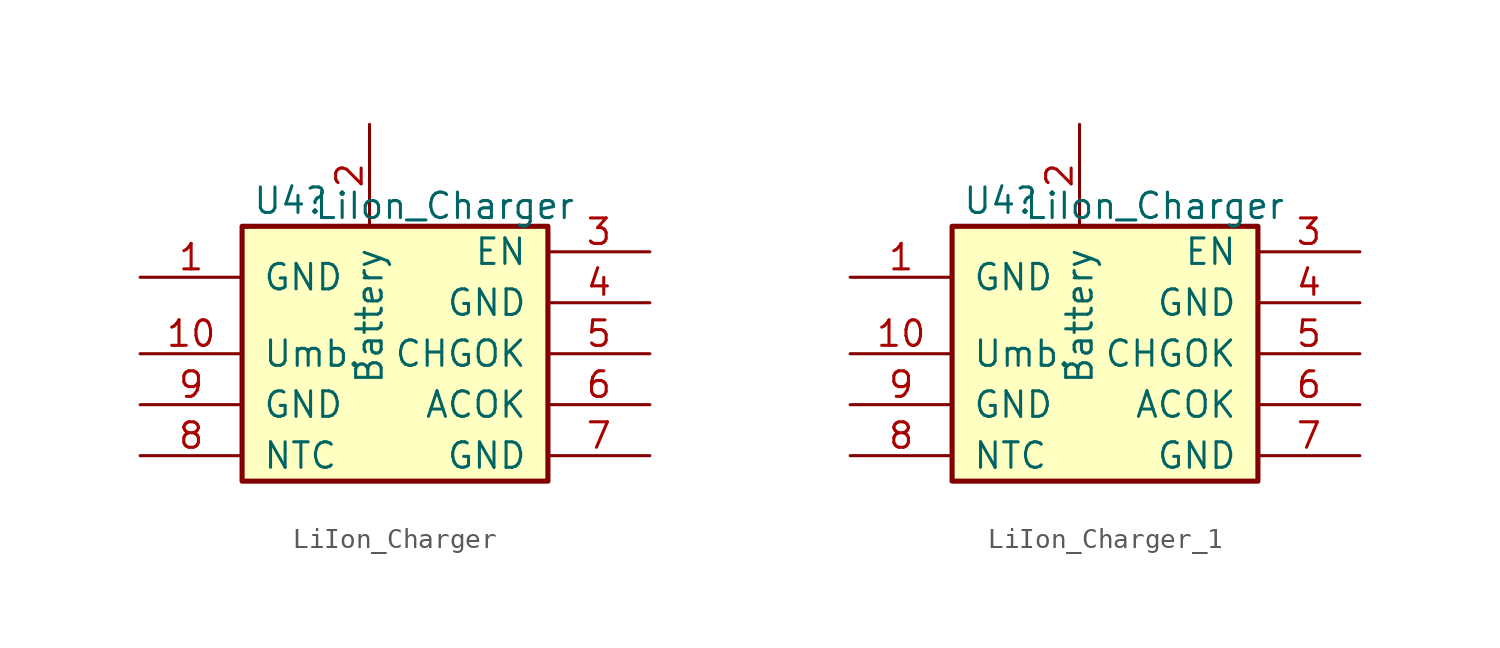
<source format=kicad_sym>
(kicad_symbol_lib
  (version 20211014)
  (generator kicad_symbol_editor)
  (symbol "LiIon_Charger"
    (pin_names
      (offset 1.016))
    (property "Reference" "U4"
      (at -7.112 6.35 0)
      (effects (font (size 1.27 1.27)) (justify left)))
    (property "Value" "LiIon_Charger"
      (at -4.064 6.096 0)
      (effects (font (size 1.27 1.27)) (justify left)))
    (property "ki_locked" ""
      (at 0 0 0)
      (effects (font (size 1.27 1.27))))
    (symbol "LiIon_Charger_1_0"
      (pin passive line (at -12.7 2.54 0) (length 5.08) (name "GND" (effects (font (size 1.27 1.27)))) (number "1" (effects (font (size 1.27 1.27)))))
      (pin input line (at -12.7 -1.27 0) (length 5.08) (name "Umb." (effects (font (size 1.27 1.27)))) (number "10" (effects (font (size 1.27 1.27)))))
      (pin passive line (at -1.27 10.16 270) (length 5.08) (name "Battery" (effects (font (size 1.27 1.27)))) (number "2" (effects (font (size 1.27 1.27)))))
      (pin passive line (at 12.7 3.81 180) (length 5.08) (name "EN" (effects (font (size 1.27 1.27)))) (number "3" (effects (font (size 1.27 1.27)))))
      (pin passive line (at 12.7 1.27 180) (length 5.08) (name "GND" (effects (font (size 1.27 1.27)))) (number "4" (effects (font (size 1.27 1.27)))))
      (pin passive line (at 12.7 -1.27 180) (length 5.08) (name "CHGOK" (effects (font (size 1.27 1.27)))) (number "5" (effects (font (size 1.27 1.27)))))
      (pin passive line (at 12.7 -3.81 180) (length 5.08) (name "ACOK" (effects (font (size 1.27 1.27)))) (number "6" (effects (font (size 1.27 1.27)))))
      (pin passive line (at 12.7 -6.35 180) (length 5.08) (name "GND" (effects (font (size 1.27 1.27)))) (number "7" (effects (font (size 1.27 1.27)))))
      (pin passive line (at -12.7 -6.35 0) (length 5.08) (name "NTC" (effects (font (size 1.27 1.27)))) (number "8" (effects (font (size 1.27 1.27)))))
      (pin passive line (at -12.7 -3.81 0) (length 5.08) (name "GND" (effects (font (size 1.27 1.27)))) (number "9" (effects (font (size 1.27 1.27))))))
    (symbol "LiIon_Charger_1_1"
      (rectangle (start -7.62 5.08) (end 7.62 -7.62) (stroke (width 0.254) (type default) (color 0 0 0 0)) (fill (type background)))))
  (symbol "LiIon_Charger_1"
    (pin_names
      (offset 1.016))
    (property "Reference" "U4"
      (at -7.112 6.35 0)
      (effects (font (size 1.27 1.27)) (justify left)))
    (property "Value" "LiIon_Charger"
      (at -4.064 6.096 0)
      (effects (font (size 1.27 1.27)) (justify left)))
    (property "ki_locked" ""
      (at 0 0 0)
      (effects (font (size 1.27 1.27))))
    (symbol "LiIon_Charger_1_1_0"
      (pin passive line (at -12.7 2.54 0) (length 5.08) (name "GND" (effects (font (size 1.27 1.27)))) (number "1" (effects (font (size 1.27 1.27)))))
      (pin input line (at -12.7 -1.27 0) (length 5.08) (name "Umb." (effects (font (size 1.27 1.27)))) (number "10" (effects (font (size 1.27 1.27)))))
      (pin passive line (at -1.27 10.16 270) (length 5.08) (name "Battery" (effects (font (size 1.27 1.27)))) (number "2" (effects (font (size 1.27 1.27)))))
      (pin passive line (at 12.7 3.81 180) (length 5.08) (name "EN" (effects (font (size 1.27 1.27)))) (number "3" (effects (font (size 1.27 1.27)))))
      (pin passive line (at 12.7 1.27 180) (length 5.08) (name "GND" (effects (font (size 1.27 1.27)))) (number "4" (effects (font (size 1.27 1.27)))))
      (pin passive line (at 12.7 -1.27 180) (length 5.08) (name "CHGOK" (effects (font (size 1.27 1.27)))) (number "5" (effects (font (size 1.27 1.27)))))
      (pin passive line (at 12.7 -3.81 180) (length 5.08) (name "ACOK" (effects (font (size 1.27 1.27)))) (number "6" (effects (font (size 1.27 1.27)))))
      (pin passive line (at 12.7 -6.35 180) (length 5.08) (name "GND" (effects (font (size 1.27 1.27)))) (number "7" (effects (font (size 1.27 1.27)))))
      (pin passive line (at -12.7 -6.35 0) (length 5.08) (name "NTC" (effects (font (size 1.27 1.27)))) (number "8" (effects (font (size 1.27 1.27)))))
      (pin passive line (at -12.7 -3.81 0) (length 5.08) (name "GND" (effects (font (size 1.27 1.27)))) (number "9" (effects (font (size 1.27 1.27))))))
    (symbol "LiIon_Charger_1_1_1"
      (rectangle (start -7.62 5.08) (end 7.62 -7.62) (stroke (width 0.254) (type default) (color 0 0 0 0)) (fill (type background))))))
</source>
